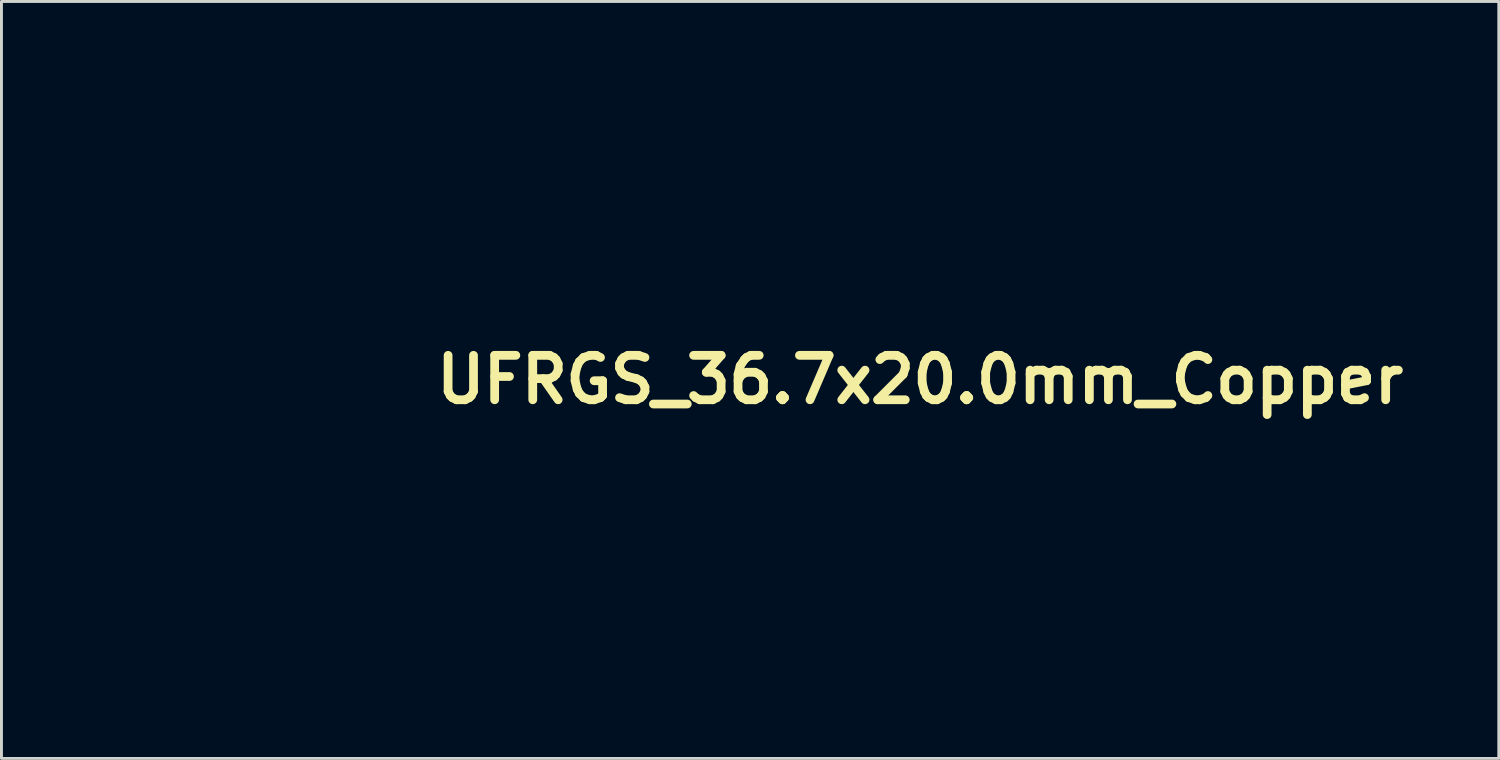
<source format=kicad_pcb>
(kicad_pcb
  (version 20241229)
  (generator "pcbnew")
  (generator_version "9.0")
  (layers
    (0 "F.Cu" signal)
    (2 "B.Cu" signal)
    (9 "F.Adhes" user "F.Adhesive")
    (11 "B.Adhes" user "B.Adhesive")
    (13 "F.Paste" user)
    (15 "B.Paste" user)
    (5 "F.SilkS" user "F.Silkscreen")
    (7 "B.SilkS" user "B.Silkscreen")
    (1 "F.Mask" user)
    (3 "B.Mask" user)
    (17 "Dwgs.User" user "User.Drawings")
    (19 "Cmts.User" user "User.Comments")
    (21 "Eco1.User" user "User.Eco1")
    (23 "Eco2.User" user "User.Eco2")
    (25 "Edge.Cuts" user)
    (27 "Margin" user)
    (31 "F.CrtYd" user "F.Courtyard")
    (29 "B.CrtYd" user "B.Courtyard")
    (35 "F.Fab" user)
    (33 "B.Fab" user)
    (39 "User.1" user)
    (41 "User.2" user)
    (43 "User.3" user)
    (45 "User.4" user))
  (footprint "UFRGS_36.7x20.0mm_Copper"
    (layer "F.Cu")
    (at 16.993 11.442)
    (property "Reference" "UFRGS_36.7x20.0mm_Copper" (at 11.506 -1.473 0) (layer "F.SilkS") (effects (font (size 1.524 1.524) (thickness 0.3))))
    (attr through_hole)
    (fp_poly (pts (xy -3.776 2.845) (xy -6.104 2.845) (xy -6.104 3.732) (xy -4.009 3.755) (xy -3.998 4.697) (xy -3.986 5.639) (xy -6.104 5.639) (xy -6.104 8.306) (xy -8.771 8.306) (xy -8.771 0.855) (xy -3.776 0.855) (xy -3.776 2.845)) (stroke (width 0.01) (type solid)) (fill yes) (layer "F.Mask"))
    (fp_poly (pts (xy 0.141 -0.353) (xy 0.271 -0.288) (xy 0.357 -0.187) (xy 0.379 -0.106) (xy 0.372 0.107) (xy 0.312 0.256) (xy 0.195 0.346) (xy 0.019 0.383) (xy 0.013 0.384) (xy -0.125 0.379) (xy -0.221 0.341) (xy -0.284 0.288) (xy -0.367 0.152) (xy -0.395 -0.01) (xy -0.366 -0.167) (xy -0.291 -0.28) (xy -0.163 -0.355) (xy -0.011 -0.378) (xy 0.141 -0.353)) (stroke (width 0.01) (type solid)) (fill yes) (layer "F.Mask"))
    (fp_poly (pts (xy -0.936 -0.348) (xy -0.841 -0.274) (xy -0.809 -0.241) (xy -0.71 -0.095) (xy -0.694 0.048) (xy -0.763 0.195) (xy -0.81 0.253) (xy -0.911 0.344) (xy -1.014 0.383) (xy -1.121 0.389) (xy -1.268 0.374) (xy -1.369 0.318) (xy -1.393 0.294) (xy -1.495 0.138) (xy -1.515 -0.029) (xy -1.49 -0.141) (xy -1.419 -0.279) (xy -1.307 -0.352) (xy -1.194 -0.373) (xy -1.041 -0.377) (xy -0.936 -0.348)) (stroke (width 0.01) (type solid)) (fill yes) (layer "F.Mask"))
    (fp_poly (pts (xy 1.28 -0.363) (xy 1.367 -0.324) (xy 1.428 -0.261) (xy 1.502 -0.102) (xy 1.502 0.078) (xy 1.436 0.244) (xy 1.376 0.325) (xy 1.302 0.365) (xy 1.184 0.382) (xy 1.149 0.383) (xy 1.012 0.382) (xy 0.921 0.353) (xy 0.838 0.284) (xy 0.827 0.272) (xy 0.731 0.123) (xy 0.709 -0.03) (xy 0.754 -0.172) (xy 0.858 -0.286) (xy 1.013 -0.357) (xy 1.144 -0.373) (xy 1.28 -0.363)) (stroke (width 0.01) (type solid)) (fill yes) (layer "F.Mask"))
    (fp_poly (pts (xy 3.443 -1.938) (xy 3.912 -1.937) (xy 4.316 -1.934) (xy 4.659 -1.931) (xy 4.945 -1.926) (xy 5.175 -1.918) (xy 5.355 -1.909) (xy 5.486 -1.897) (xy 5.573 -1.882) (xy 5.619 -1.865) (xy 5.628 -1.844) (xy 5.601 -1.819) (xy 5.544 -1.791) (xy 5.459 -1.758) (xy 5.349 -1.721) (xy 5.218 -1.679) (xy 5.07 -1.633) (xy 4.907 -1.581) (xy 4.796 -1.545) (xy 3.974 -1.287) (xy 3.204 -1.078) (xy 2.471 -0.916) (xy 1.76 -0.798) (xy 1.057 -0.721) (xy 0.346 -0.685) (xy -0.387 -0.686) (xy -0.728 -0.697) (xy -1.147 -0.729) (xy -1.625 -0.787) (xy -2.14 -0.867) (xy -2.67 -0.966) (xy -3.196 -1.078) (xy -3.696 -1.202) (xy -4.15 -1.331) (xy -4.284 -1.374) (xy -4.435 -1.423) (xy -4.617 -1.48) (xy -4.729 -1.515) (xy -4.91 -1.573) (xy -5.113 -1.643) (xy -5.319 -1.717) (xy -5.506 -1.787) (xy -5.656 -1.847) (xy -5.748 -1.889) (xy -5.754 -1.892) (xy -5.732 -1.899) (xy -5.642 -1.906) (xy -5.481 -1.911) (xy -5.248 -1.916) (xy -4.943 -1.921) (xy -4.563 -1.925) (xy -4.107 -1.928) (xy -3.575 -1.931) (xy -2.964 -1.933) (xy -2.274 -1.935) (xy -1.502 -1.936) (xy -0.648 -1.936) (xy 0.013 -1.937) (xy 0.855 -1.937) (xy 1.615 -1.937) (xy 2.298 -1.938) (xy 2.906 -1.938) (xy 3.443 -1.938)) (stroke (width 0.01) (type solid)) (fill yes) (layer "F.Mask"))
    (fp_poly (pts (xy -3.593 -7.723) (xy -3.628 -7.536) (xy -3.655 -7.289) (xy -3.673 -7.004) (xy -3.681 -6.707) (xy -3.679 -6.419) (xy -3.665 -6.165) (xy -3.656 -6.075) (xy -3.586 -5.74) (xy -3.468 -5.434) (xy -3.31 -5.169) (xy -3.12 -4.957) (xy -2.906 -4.811) (xy -2.807 -4.771) (xy -2.66 -4.713) (xy -2.518 -4.64) (xy -2.514 -4.638) (xy -2.419 -4.59) (xy -2.357 -4.576) (xy -2.35 -4.579) (xy -2.299 -4.579) (xy -2.214 -4.544) (xy -2.128 -4.5) (xy -1.988 -4.433) (xy -1.818 -4.353) (xy -1.725 -4.31) (xy -1.561 -4.234) (xy -1.427 -4.168) (xy -1.343 -4.121) (xy -1.322 -4.107) (xy -1.277 -4.065) (xy -1.189 -3.994) (xy -1.145 -3.961) (xy -0.96 -3.786) (xy -0.792 -3.56) (xy -0.663 -3.315) (xy -0.629 -3.222) (xy -0.6 -3.096) (xy -0.578 -2.932) (xy -0.563 -2.753) (xy -0.557 -2.579) (xy -0.561 -2.432) (xy -0.575 -2.333) (xy -0.591 -2.305) (xy -0.632 -2.325) (xy -0.71 -2.395) (xy -0.808 -2.501) (xy -0.813 -2.507) (xy -1.04 -2.747) (xy -1.263 -2.925) (xy -1.501 -3.05) (xy -1.774 -3.131) (xy -2.101 -3.178) (xy -2.256 -3.19) (xy -2.762 -3.256) (xy -3.231 -3.387) (xy -3.657 -3.58) (xy -4.033 -3.831) (xy -4.355 -4.136) (xy -4.614 -4.49) (xy -4.807 -4.889) (xy -4.815 -4.912) (xy -4.87 -5.131) (xy -4.903 -5.395) (xy -4.91 -5.669) (xy -4.89 -5.914) (xy -4.884 -5.948) (xy -4.853 -6.11) (xy -4.826 -6.262) (xy -4.814 -6.333) (xy -4.779 -6.457) (xy -4.713 -6.626) (xy -4.63 -6.812) (xy -4.542 -6.986) (xy -4.462 -7.121) (xy -4.444 -7.146) (xy -4.306 -7.31) (xy -4.134 -7.487) (xy -3.954 -7.651) (xy -3.79 -7.781) (xy -3.734 -7.819) (xy -3.537 -7.94) (xy -3.593 -7.723)) (stroke (width 0.01) (type solid)) (fill yes) (layer "F.Mask"))
    (fp_poly (pts (xy 3.033 -8.997) (xy 2.786 -8.829) (xy 2.613 -8.62) (xy 2.515 -8.376) (xy 2.493 -8.101) (xy 2.549 -7.8) (xy 2.58 -7.71) (xy 2.633 -7.592) (xy 2.706 -7.472) (xy 2.811 -7.335) (xy 2.96 -7.166) (xy 3.099 -7.019) (xy 3.257 -6.849) (xy 3.398 -6.69) (xy 3.508 -6.557) (xy 3.577 -6.465) (xy 3.588 -6.445) (xy 3.646 -6.337) (xy 3.696 -6.257) (xy 3.782 -6.086) (xy 3.848 -5.85) (xy 3.891 -5.567) (xy 3.906 -5.253) (xy 3.906 -5.241) (xy 3.864 -4.735) (xy 3.743 -4.26) (xy 3.545 -3.817) (xy 3.27 -3.408) (xy 2.919 -3.036) (xy 2.659 -2.82) (xy 2.378 -2.641) (xy 2.039 -2.479) (xy 1.664 -2.341) (xy 1.281 -2.237) (xy 0.912 -2.175) (xy 0.838 -2.168) (xy 0.521 -2.144) (xy 0.675 -2.242) (xy 0.871 -2.371) (xy 1.021 -2.476) (xy 1.151 -2.579) (xy 1.24 -2.655) (xy 1.339 -2.749) (xy 1.451 -2.867) (xy 1.561 -2.993) (xy 1.653 -3.107) (xy 1.713 -3.191) (xy 1.727 -3.224) (xy 1.747 -3.27) (xy 1.798 -3.366) (xy 1.851 -3.457) (xy 1.915 -3.573) (xy 1.954 -3.655) (xy 1.96 -3.682) (xy 1.961 -3.727) (xy 1.979 -3.831) (xy 2.005 -3.95) (xy 2.061 -4.291) (xy 2.06 -4.619) (xy 2 -4.944) (xy 1.878 -5.281) (xy 1.689 -5.641) (xy 1.499 -5.939) (xy 1.263 -6.329) (xy 1.104 -6.694) (xy 1.019 -7.042) (xy 1.008 -7.378) (xy 1.064 -7.696) (xy 1.122 -7.861) (xy 1.206 -8.041) (xy 1.304 -8.219) (xy 1.407 -8.379) (xy 1.504 -8.502) (xy 1.584 -8.574) (xy 1.615 -8.584) (xy 1.664 -8.615) (xy 1.732 -8.688) (xy 1.735 -8.691) (xy 1.803 -8.765) (xy 1.854 -8.797) (xy 1.855 -8.797) (xy 1.911 -8.817) (xy 2.009 -8.867) (xy 2.053 -8.892) (xy 2.263 -8.988) (xy 2.523 -9.066) (xy 2.8 -9.118) (xy 3.033 -9.134) (xy 3.301 -9.136) (xy 3.033 -8.997)) (stroke (width 0.01) (type solid)) (fill yes) (layer "F.Mask"))
    (fp_poly (pts (xy 0.601 -11.429) (xy 0.863 -11.402) (xy 1.132 -11.361) (xy 1.384 -11.31) (xy 1.591 -11.254) (xy 1.681 -11.22) (xy 1.826 -11.157) (xy 1.724 -11.098) (xy 1.607 -11.037) (xy 1.494 -10.983) (xy 1.11 -10.769) (xy 0.746 -10.486) (xy 0.416 -10.147) (xy 0.134 -9.768) (xy -0.086 -9.363) (xy -0.128 -9.263) (xy -0.27 -8.805) (xy -0.327 -8.355) (xy -0.302 -7.917) (xy -0.193 -7.493) (xy -0.004 -7.087) (xy 0.267 -6.703) (xy 0.393 -6.561) (xy 0.714 -6.183) (xy 0.971 -5.786) (xy 1.18 -5.348) (xy 1.309 -4.987) (xy 1.39 -4.627) (xy 1.401 -4.274) (xy 1.339 -3.918) (xy 1.202 -3.547) (xy 1.043 -3.241) (xy 0.855 -2.96) (xy 0.639 -2.728) (xy 0.376 -2.529) (xy 0.049 -2.345) (xy 0.023 -2.333) (xy -0.124 -2.265) (xy -0.209 -2.241) (xy -0.243 -2.26) (xy -0.239 -2.323) (xy -0.232 -2.352) (xy -0.217 -2.45) (xy -0.206 -2.602) (xy -0.202 -2.778) (xy -0.203 -2.807) (xy -0.248 -3.212) (xy -0.376 -3.605) (xy -0.583 -3.982) (xy -0.866 -4.337) (xy -1.022 -4.491) (xy -1.172 -4.621) (xy -1.327 -4.744) (xy -1.457 -4.834) (xy -1.47 -4.842) (xy -1.577 -4.91) (xy -1.646 -4.963) (xy -1.659 -4.982) (xy -1.692 -5.021) (xy -1.772 -5.077) (xy -1.782 -5.083) (xy -1.997 -5.24) (xy -2.219 -5.456) (xy -2.427 -5.708) (xy -2.484 -5.789) (xy -2.633 -6.017) (xy -2.742 -6.207) (xy -2.826 -6.387) (xy -2.899 -6.586) (xy -2.932 -6.689) (xy -3.009 -6.947) (xy -3.063 -7.165) (xy -3.098 -7.368) (xy -3.117 -7.582) (xy -3.125 -7.833) (xy -3.125 -8.092) (xy -3.12 -8.741) (xy -2.922 -9.14) (xy -2.612 -9.676) (xy -2.251 -10.15) (xy -1.839 -10.557) (xy -1.733 -10.645) (xy -1.64 -10.714) (xy -1.514 -10.803) (xy -1.373 -10.898) (xy -1.237 -10.987) (xy -1.125 -11.058) (xy -1.056 -11.097) (xy -1.046 -11.1) (xy -0.982 -11.123) (xy -0.881 -11.169) (xy -0.864 -11.177) (xy -0.673 -11.254) (xy -0.425 -11.324) (xy -0.149 -11.381) (xy 0.127 -11.421) (xy 0.373 -11.437) (xy 0.601 -11.429)) (stroke (width 0.01) (type solid)) (fill yes) (layer "F.Mask"))
    (fp_poly (pts (xy -0.506 0.865) (xy 1.664 0.882) (xy 2.061 1.018) (xy 2.246 1.086) (xy 2.413 1.154) (xy 2.536 1.214) (xy 2.576 1.237) (xy 2.666 1.294) (xy 2.728 1.321) (xy 2.731 1.321) (xy 2.779 1.347) (xy 2.87 1.417) (xy 2.987 1.516) (xy 3.006 1.532) (xy 3.261 1.814) (xy 3.462 2.149) (xy 3.607 2.524) (xy 3.693 2.924) (xy 3.72 3.337) (xy 3.684 3.749) (xy 3.585 4.146) (xy 3.42 4.516) (xy 3.419 4.518) (xy 3.333 4.654) (xy 3.246 4.773) (xy 3.201 4.822) (xy 3.065 4.93) (xy 2.899 5.037) (xy 2.727 5.128) (xy 2.572 5.192) (xy 2.462 5.215) (xy 2.361 5.226) (xy 2.304 5.25) (xy 2.302 5.252) (xy 2.316 5.299) (xy 2.369 5.401) (xy 2.454 5.546) (xy 2.562 5.718) (xy 2.586 5.754) (xy 2.704 5.934) (xy 2.807 6.092) (xy 2.886 6.214) (xy 2.931 6.282) (xy 2.934 6.287) (xy 2.973 6.348) (xy 3.049 6.462) (xy 3.15 6.612) (xy 3.255 6.769) (xy 3.367 6.938) (xy 3.463 7.085) (xy 3.532 7.195) (xy 3.563 7.247) (xy 3.596 7.304) (xy 3.669 7.416) (xy 3.77 7.568) (xy 3.89 7.745) (xy 3.926 7.798) (xy 4.26 8.285) (xy 2.793 8.296) (xy 1.326 8.307) (xy 1.251 8.211) (xy 1.186 8.115) (xy 1.109 7.984) (xy 1.079 7.925) (xy 0.951 7.675) (xy 0.83 7.44) (xy 0.721 7.232) (xy 0.631 7.062) (xy 0.566 6.943) (xy 0.533 6.888) (xy 0.533 6.888) (xy 0.498 6.831) (xy 0.437 6.722) (xy 0.364 6.582) (xy 0.357 6.57) (xy 0.263 6.389) (xy 0.163 6.196) (xy 0.093 6.062) (xy -0.03 5.829) (xy -0.052 8.306) (xy -2.675 8.306) (xy -2.675 4.25) (xy -0.051 4.25) (xy 0.32 4.235) (xy 0.512 4.224) (xy 0.648 4.205) (xy 0.755 4.17) (xy 0.861 4.112) (xy 0.888 4.095) (xy 1.042 3.965) (xy 1.135 3.801) (xy 1.172 3.589) (xy 1.164 3.365) (xy 1.116 3.138) (xy 1.021 2.966) (xy 0.871 2.845) (xy 0.659 2.767) (xy 0.377 2.728) (xy 0.322 2.725) (xy -0.051 2.707) (xy -0.051 4.25) (xy -2.675 4.25) (xy -2.675 0.848) (xy -0.506 0.865)) (stroke (width 0.01) (type solid)) (fill yes) (layer "F.Mask"))
    (fp_poly (pts (xy -14.317 3.128) (xy -14.317 3.667) (xy -14.316 4.129) (xy -14.313 4.519) (xy -14.308 4.845) (xy -14.3 5.114) (xy -14.288 5.332) (xy -14.272 5.506) (xy -14.251 5.643) (xy -14.225 5.749) (xy -14.192 5.832) (xy -14.152 5.899) (xy -14.104 5.955) (xy -14.048 6.008) (xy -14.03 6.025) (xy -13.953 6.089) (xy -13.884 6.126) (xy -13.801 6.143) (xy -13.677 6.145) (xy -13.532 6.14) (xy -13.322 6.124) (xy -13.174 6.088) (xy -13.065 6.02) (xy -12.974 5.906) (xy -12.905 5.787) (xy -12.886 5.749) (xy -12.869 5.708) (xy -12.855 5.658) (xy -12.844 5.592) (xy -12.835 5.502) (xy -12.827 5.381) (xy -12.821 5.223) (xy -12.816 5.021) (xy -12.812 4.767) (xy -12.809 4.454) (xy -12.806 4.077) (xy -12.803 3.626) (xy -12.8 3.236) (xy -12.786 0.855) (xy -10.126 0.855) (xy -10.128 2.982) (xy -10.129 3.579) (xy -10.132 4.097) (xy -10.136 4.545) (xy -10.143 4.929) (xy -10.153 5.256) (xy -10.165 5.533) (xy -10.181 5.767) (xy -10.201 5.964) (xy -10.225 6.133) (xy -10.253 6.278) (xy -10.286 6.409) (xy -10.315 6.502) (xy -10.378 6.675) (xy -10.443 6.831) (xy -10.5 6.94) (xy -10.509 6.953) (xy -10.565 7.043) (xy -10.592 7.104) (xy -10.592 7.106) (xy -10.621 7.162) (xy -10.698 7.26) (xy -10.808 7.383) (xy -10.936 7.516) (xy -11.068 7.644) (xy -11.188 7.751) (xy -11.275 7.817) (xy -11.419 7.912) (xy -11.564 8.008) (xy -11.612 8.039) (xy -11.731 8.107) (xy -11.838 8.152) (xy -11.859 8.157) (xy -11.957 8.188) (xy -12.004 8.214) (xy -12.086 8.257) (xy -12.219 8.306) (xy -12.373 8.35) (xy -12.483 8.374) (xy -12.602 8.397) (xy -12.749 8.428) (xy -12.787 8.437) (xy -12.91 8.456) (xy -13.085 8.473) (xy -13.289 8.488) (xy -13.5 8.498) (xy -13.696 8.504) (xy -13.854 8.503) (xy -13.953 8.494) (xy -13.957 8.493) (xy -14.036 8.477) (xy -14.173 8.451) (xy -14.345 8.419) (xy -14.423 8.405) (xy -14.939 8.277) (xy -15.399 8.086) (xy -15.805 7.831) (xy -16.066 7.607) (xy -16.237 7.435) (xy -16.387 7.275) (xy -16.506 7.137) (xy -16.583 7.034) (xy -16.608 6.977) (xy -16.608 6.976) (xy -16.625 6.927) (xy -16.67 6.835) (xy -16.689 6.801) (xy -16.738 6.69) (xy -16.795 6.526) (xy -16.85 6.34) (xy -16.865 6.283) (xy -16.884 6.203) (xy -16.9 6.124) (xy -16.914 6.039) (xy -16.926 5.942) (xy -16.935 5.823) (xy -16.943 5.677) (xy -16.95 5.495) (xy -16.955 5.271) (xy -16.959 4.997) (xy -16.963 4.666) (xy -16.967 4.271) (xy -16.97 3.804) (xy -16.973 3.385) (xy -16.988 0.855) (xy -14.317 0.855) (xy -14.317 3.128)) (stroke (width 0.01) (type solid)) (fill yes) (layer "F.Mask"))
    (fp_poly (pts (xy 9.255 0.693) (xy 9.527 0.717) (xy 9.723 0.751) (xy 10.104 0.851) (xy 10.429 0.962) (xy 10.723 1.096) (xy 11.015 1.265) (xy 11.195 1.384) (xy 11.488 1.616) (xy 11.774 1.896) (xy 12.021 2.195) (xy 12.08 2.279) (xy 12.168 2.406) (xy 12.241 2.505) (xy 12.283 2.554) (xy 12.284 2.554) (xy 12.302 2.604) (xy 12.264 2.656) (xy 12.203 2.675) (xy 12.135 2.692) (xy 12.017 2.734) (xy 11.904 2.781) (xy 11.768 2.838) (xy 11.656 2.876) (xy 11.604 2.887) (xy 11.535 2.904) (xy 11.418 2.947) (xy 11.312 2.993) (xy 11.184 3.049) (xy 11.088 3.088) (xy 11.051 3.099) (xy 10.997 3.114) (xy 10.878 3.155) (xy 10.706 3.217) (xy 10.496 3.296) (xy 10.26 3.387) (xy 10.201 3.41) (xy 9.976 3.498) (xy 9.799 3.301) (xy 9.556 3.089) (xy 9.279 2.951) (xy 8.98 2.888) (xy 8.671 2.905) (xy 8.364 3.002) (xy 8.349 3.009) (xy 8.101 3.162) (xy 7.901 3.37) (xy 7.74 3.642) (xy 7.665 3.824) (xy 7.609 3.989) (xy 7.574 4.136) (xy 7.556 4.297) (xy 7.549 4.502) (xy 7.549 4.58) (xy 7.566 4.956) (xy 7.624 5.269) (xy 7.726 5.533) (xy 7.878 5.765) (xy 7.993 5.892) (xy 8.132 6.022) (xy 8.25 6.106) (xy 8.382 6.163) (xy 8.508 6.2) (xy 8.777 6.256) (xy 9.003 6.269) (xy 9.215 6.237) (xy 9.329 6.203) (xy 9.528 6.126) (xy 9.663 6.045) (xy 9.753 5.947) (xy 9.791 5.882) (xy 9.835 5.788) (xy 9.852 5.722) (xy 9.832 5.679) (xy 9.765 5.654) (xy 9.639 5.643) (xy 9.446 5.639) (xy 9.284 5.639) (xy 8.712 5.639) (xy 8.712 3.861) (xy 12.819 3.861) (xy 12.819 4.485) (xy 12.817 4.757) (xy 12.808 4.97) (xy 12.79 5.15) (xy 12.761 5.325) (xy 12.717 5.519) (xy 12.708 5.554) (xy 12.63 5.824) (xy 12.527 6.107) (xy 12.411 6.383) (xy 12.289 6.63) (xy 12.172 6.828) (xy 12.11 6.911) (xy 11.806 7.253) (xy 11.52 7.533) (xy 11.231 7.764) (xy 10.92 7.962) (xy 10.568 8.14) (xy 10.29 8.26) (xy 10.143 8.314) (xy 10.01 8.354) (xy 9.952 8.366) (xy 9.857 8.38) (xy 9.706 8.406) (xy 9.526 8.437) (xy 9.458 8.45) (xy 9.101 8.496) (xy 8.741 8.51) (xy 8.417 8.49) (xy 8.395 8.487) (xy 7.897 8.398) (xy 7.437 8.272) (xy 7.037 8.117) (xy 7.027 8.112) (xy 6.857 8.031) (xy 6.718 7.96) (xy 6.625 7.909) (xy 6.597 7.889) (xy 6.552 7.848) (xy 6.459 7.778) (xy 6.384 7.726) (xy 6.095 7.495) (xy 5.811 7.208) (xy 5.564 6.899) (xy 5.396 6.65) (xy 5.264 6.42) (xy 5.153 6.178) (xy 5.045 5.891) (xy 5.017 5.808) (xy 4.971 5.668) (xy 4.937 5.551) (xy 4.913 5.442) (xy 4.897 5.324) (xy 4.889 5.181) (xy 4.885 4.995) (xy 4.885 4.751) (xy 4.885 4.58) (xy 4.886 4.295) (xy 4.889 4.078) (xy 4.896 3.912) (xy 4.908 3.782) (xy 4.928 3.67) (xy 4.957 3.561) (xy 4.997 3.437) (xy 5.022 3.361) (xy 5.178 2.95) (xy 5.347 2.601) (xy 5.541 2.292) (xy 5.775 2.001) (xy 5.946 1.819) (xy 6.191 1.596) (xy 6.472 1.382) (xy 6.768 1.19) (xy 7.059 1.032) (xy 7.325 0.922) (xy 7.42 0.894) (xy 7.525 0.867) (xy 7.678 0.824) (xy 7.848 0.776) (xy 7.854 0.774) (xy 8.061 0.732) (xy 8.328 0.702) (xy 8.632 0.686) (xy 8.948 0.682) (xy 9.255 0.693)) (stroke (width 0.01) (type solid)) (fill yes) (layer "F.Mask"))
    (fp_poly (pts (xy 16.938 0.691) (xy 17.158 0.696) (xy 17.45 0.703) (xy 17.677 0.715) (xy 17.857 0.732) (xy 18.012 0.757) (xy 18.159 0.791) (xy 18.216 0.807) (xy 18.466 0.884) (xy 18.718 0.971) (xy 18.958 1.062) (xy 19.174 1.151) (xy 19.352 1.234) (xy 19.48 1.305) (xy 19.544 1.358) (xy 19.55 1.372) (xy 19.533 1.429) (xy 19.489 1.536) (xy 19.447 1.63) (xy 19.377 1.788) (xy 19.296 1.98) (xy 19.23 2.146) (xy 19.158 2.326) (xy 19.081 2.504) (xy 19.02 2.633) (xy 18.957 2.774) (xy 18.908 2.907) (xy 18.897 2.951) (xy 18.85 3.086) (xy 18.785 3.18) (xy 18.717 3.215) (xy 18.694 3.21) (xy 18.627 3.172) (xy 18.521 3.108) (xy 18.47 3.076) (xy 18.361 3.01) (xy 18.259 2.955) (xy 18.134 2.897) (xy 18.004 2.84) (xy 17.778 2.762) (xy 17.53 2.709) (xy 17.287 2.684) (xy 17.074 2.69) (xy 16.938 2.721) (xy 16.771 2.814) (xy 16.665 2.936) (xy 16.625 3.07) (xy 16.656 3.204) (xy 16.759 3.32) (xy 16.85 3.383) (xy 16.911 3.418) (xy 16.918 3.42) (xy 16.978 3.438) (xy 17.01 3.45) (xy 17.139 3.494) (xy 17.316 3.543) (xy 17.505 3.588) (xy 17.67 3.621) (xy 17.718 3.628) (xy 17.919 3.667) (xy 18.156 3.733) (xy 18.395 3.816) (xy 18.608 3.906) (xy 18.745 3.979) (xy 18.948 4.132) (xy 19.148 4.321) (xy 19.32 4.522) (xy 19.441 4.707) (xy 19.574 5.044) (xy 19.655 5.417) (xy 19.679 5.798) (xy 19.644 6.158) (xy 19.628 6.231) (xy 19.597 6.367) (xy 19.575 6.479) (xy 19.571 6.507) (xy 19.53 6.646) (xy 19.447 6.828) (xy 19.334 7.034) (xy 19.203 7.242) (xy 19.067 7.432) (xy 18.939 7.583) (xy 18.908 7.613) (xy 18.802 7.703) (xy 18.661 7.81) (xy 18.504 7.922) (xy 18.35 8.025) (xy 18.219 8.107) (xy 18.129 8.153) (xy 18.112 8.158) (xy 18.038 8.183) (xy 17.919 8.23) (xy 17.84 8.264) (xy 17.705 8.32) (xy 17.588 8.359) (xy 17.544 8.369) (xy 17.463 8.382) (xy 17.323 8.406) (xy 17.15 8.436) (xy 17.078 8.449) (xy 16.782 8.49) (xy 16.478 8.509) (xy 16.2 8.506) (xy 16.036 8.489) (xy 15.687 8.433) (xy 15.411 8.384) (xy 15.194 8.34) (xy 15.026 8.299) (xy 14.894 8.258) (xy 14.893 8.257) (xy 14.75 8.208) (xy 14.63 8.171) (xy 14.577 8.156) (xy 14.538 8.146) (xy 14.491 8.131) (xy 14.425 8.104) (xy 14.326 8.061) (xy 14.181 7.995) (xy 13.977 7.902) (xy 13.885 7.859) (xy 13.707 7.773) (xy 13.6 7.707) (xy 13.554 7.657) (xy 13.553 7.631) (xy 13.578 7.565) (xy 13.628 7.438) (xy 13.698 7.268) (xy 13.779 7.07) (xy 13.865 6.863) (xy 13.949 6.663) (xy 14.024 6.487) (xy 14.082 6.353) (xy 14.111 6.289) (xy 14.153 6.186) (xy 14.173 6.116) (xy 14.173 6.112) (xy 14.191 6.053) (xy 14.234 5.952) (xy 14.291 5.835) (xy 14.349 5.728) (xy 14.394 5.655) (xy 14.412 5.639) (xy 14.456 5.66) (xy 14.549 5.717) (xy 14.655 5.786) (xy 14.801 5.877) (xy 14.944 5.959) (xy 15.022 5.998) (xy 15.137 6.052) (xy 15.224 6.097) (xy 15.232 6.102) (xy 15.534 6.241) (xy 15.889 6.324) (xy 16.173 6.35) (xy 16.585 6.368) (xy 16.739 6.214) (xy 16.831 6.113) (xy 16.87 6.036) (xy 16.87 5.951) (xy 16.865 5.924) (xy 16.824 5.804) (xy 16.765 5.715) (xy 16.693 5.673) (xy 16.561 5.618) (xy 16.392 5.56) (xy 16.211 5.505) (xy 16.04 5.46) (xy 15.901 5.432) (xy 15.844 5.427) (xy 15.744 5.41) (xy 15.591 5.365) (xy 15.406 5.3) (xy 15.211 5.223) (xy 15.028 5.142) (xy 14.887 5.071) (xy 14.591 4.87) (xy 14.358 4.632) (xy 14.169 4.335) (xy 14.15 4.299) (xy 13.983 3.967) (xy 13.985 3.332) (xy 13.989 3.054) (xy 14.001 2.838) (xy 14.027 2.661) (xy 14.074 2.5) (xy 14.147 2.332) (xy 14.252 2.134) (xy 14.333 1.992) (xy 14.561 1.677) (xy 14.86 1.391) (xy 15.22 1.143) (xy 15.63 0.938) (xy 16.006 0.806) (xy 16.169 0.76) (xy 16.302 0.727) (xy 16.427 0.706) (xy 16.561 0.694) (xy 16.725 0.69) (xy 16.938 0.691)) (stroke (width 0.01) (type solid)) (fill yes) (layer "F.Mask")))
  (gr_rect
    (start -3 -3)
    (end 48.344 22.957)
    (stroke (width 0.1) (type default))
    (fill no)
    (layer "Edge.Cuts")))
</source>
